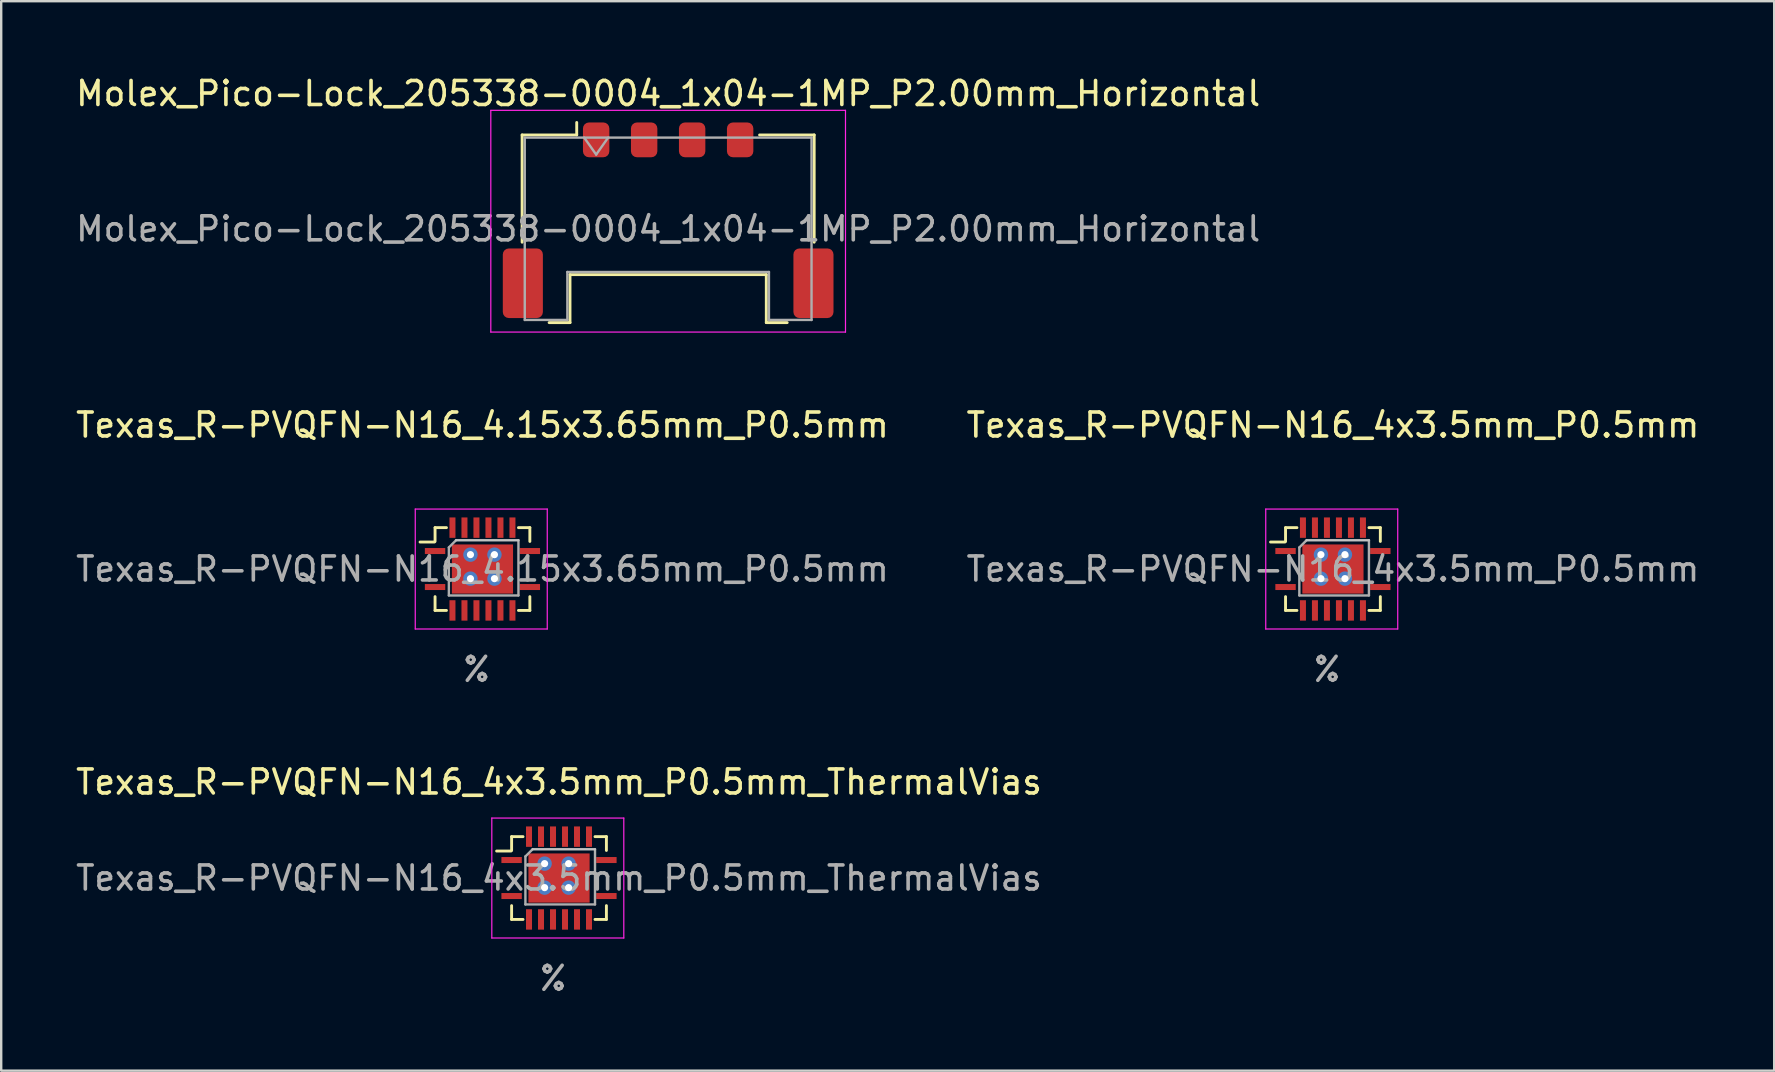
<source format=kicad_pcb>
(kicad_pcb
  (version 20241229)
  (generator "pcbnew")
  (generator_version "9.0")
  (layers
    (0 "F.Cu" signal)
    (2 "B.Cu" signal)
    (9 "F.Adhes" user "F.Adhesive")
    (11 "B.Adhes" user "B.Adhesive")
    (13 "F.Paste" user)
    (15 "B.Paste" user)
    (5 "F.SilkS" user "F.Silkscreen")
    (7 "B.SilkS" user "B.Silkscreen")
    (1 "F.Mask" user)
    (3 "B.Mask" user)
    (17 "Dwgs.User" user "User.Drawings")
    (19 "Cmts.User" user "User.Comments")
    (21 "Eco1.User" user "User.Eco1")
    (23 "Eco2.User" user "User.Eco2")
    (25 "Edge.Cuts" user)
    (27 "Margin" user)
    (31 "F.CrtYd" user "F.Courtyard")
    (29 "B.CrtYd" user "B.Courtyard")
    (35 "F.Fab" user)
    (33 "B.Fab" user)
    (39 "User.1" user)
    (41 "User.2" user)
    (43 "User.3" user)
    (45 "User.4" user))
  (footprint "Texas_R-PVQFN-N16_4x3.5mm_P0.5mm"
    (layer "F.Cu")
    (at 52.494 20.662)
    (property "Reference" "Texas_R-PVQFN-N16_4x3.5mm_P0.5mm" (at 0 -6 0) (layer "F.SilkS") (effects (font (size 1 1) (thickness 0.15))))
    (attr smd)
    (fp_line (start -2 -1.125) (end -2.6 -1.125) (stroke (width 0.12) (type solid)) (layer "F.SilkS"))
    (fp_line (start -1.975 -1.725) (end -1.975 -1.15) (stroke (width 0.12) (type solid)) (layer "F.SilkS"))
    (fp_line (start -1.975 1.725) (end -1.975 1.15) (stroke (width 0.12) (type solid)) (layer "F.SilkS"))
    (fp_line (start -1.5 -1.725) (end -1.975 -1.725) (stroke (width 0.12) (type solid)) (layer "F.SilkS"))
    (fp_line (start -1.5 1.725) (end -1.975 1.725) (stroke (width 0.12) (type solid)) (layer "F.SilkS"))
    (fp_line (start 1.5 -1.725) (end 1.975 -1.725) (stroke (width 0.12) (type solid)) (layer "F.SilkS"))
    (fp_line (start 1.5 1.725) (end 1.975 1.725) (stroke (width 0.12) (type solid)) (layer "F.SilkS"))
    (fp_line (start 1.975 -1.725) (end 1.975 -1.15) (stroke (width 0.12) (type solid)) (layer "F.SilkS"))
    (fp_line (start 1.975 1.725) (end 1.975 1.15) (stroke (width 0.12) (type solid)) (layer "F.SilkS"))
    (fp_line (start -1.1 -1.2) (end 1.5 -1.2) (stroke (width 0.1) (type solid)) (layer "Dwgs.User"))
    (fp_line (start -2.8 -2.5) (end -2.8 2.5) (stroke (width 0.05) (type solid)) (layer "F.CrtYd"))
    (fp_line (start -2.8 -2.5) (end 2.7 -2.5) (stroke (width 0.05) (type solid)) (layer "F.CrtYd"))
    (fp_line (start -2.8 2.5) (end 2.7 2.5) (stroke (width 0.05) (type solid)) (layer "F.CrtYd"))
    (fp_line (start 2.7 -2.5) (end 2.7 2.5) (stroke (width 0.05) (type solid)) (layer "F.CrtYd"))
    (fp_line (start -1.4 1.1) (end -1.4 -0.9) (stroke (width 0.1) (type solid)) (layer "F.Fab"))
    (fp_line (start -1.1 -1.2) (end -1.4 -0.9) (stroke (width 0.1) (type solid)) (layer "F.Fab"))
    (fp_line (start 1.5 -1.2) (end 1.5 1.1) (stroke (width 0.1) (type solid)) (layer "F.Fab"))
    (fp_line (start 1.5 1.1) (end -1.4 1.1) (stroke (width 0.1) (type solid)) (layer "F.Fab"))
    (fp_text user "${REFERENCE}" (at 0 0 0) (layer "F.Fab") (effects (font (size 1 1) (thickness 0.15))))
    (fp_text user "%" (at -0.25 4.18 0) (layer "F.Fab") (effects (font (size 1 1) (thickness 0.15))))
    (pad "" thru_hole circle (at -0.5 -0.6) (size 0.6 0.6) (drill 0.3) (layers "*.Cu" "*.Mask"))
    (pad "" thru_hole circle (at -0.5 0.4) (size 0.6 0.6) (drill 0.3) (layers "*.Cu" "*.Mask"))
    (pad "" thru_hole circle (at 0.5 -0.6) (size 0.6 0.6) (drill 0.3) (layers "*.Cu" "*.Mask"))
    (pad "" thru_hole circle (at 0.5 0.4) (size 0.6 0.6) (drill 0.3) (layers "*.Cu" "*.Mask"))
    (pad "1" smd rect (at -1.975 0.75 90) (size 0.25 0.85) (layers "F.Cu" "F.Mask" "F.Paste"))
    (pad "2" smd rect (at -1.25 1.725) (size 0.25 0.85) (layers "F.Cu" "F.Mask" "F.Paste"))
    (pad "3" smd rect (at -0.75 1.725) (size 0.25 0.85) (layers "F.Cu" "F.Mask" "F.Paste"))
    (pad "4" smd rect (at -0.25 1.725) (size 0.25 0.85) (layers "F.Cu" "F.Mask" "F.Paste"))
    (pad "5" smd rect (at 0.25 1.725) (size 0.25 0.85) (layers "F.Cu" "F.Mask" "F.Paste"))
    (pad "6" smd rect (at 0.75 1.725) (size 0.25 0.85) (layers "F.Cu" "F.Mask" "F.Paste"))
    (pad "7" smd rect (at 1.25 1.725) (size 0.25 0.85) (layers "F.Cu" "F.Mask" "F.Paste"))
    (pad "8" smd rect (at 1.975 0.75 90) (size 0.25 0.85) (layers "F.Cu" "F.Mask" "F.Paste"))
    (pad "9" smd rect (at 1.975 -0.75 90) (size 0.25 0.85) (layers "F.Cu" "F.Mask" "F.Paste"))
    (pad "10" smd rect (at 1.25 -1.725) (size 0.25 0.85) (layers "F.Cu" "F.Mask" "F.Paste"))
    (pad "11" smd rect (at 0.75 -1.725) (size 0.25 0.85) (layers "F.Cu" "F.Mask" "F.Paste"))
    (pad "12" smd rect (at 0.25 -1.725) (size 0.25 0.85) (layers "F.Cu" "F.Mask" "F.Paste"))
    (pad "13" smd rect (at -0.25 -1.725) (size 0.25 0.85) (layers "F.Cu" "F.Mask" "F.Paste"))
    (pad "14" smd rect (at -0.75 -1.725) (size 0.25 0.85) (layers "F.Cu" "F.Mask" "F.Paste"))
    (pad "15" smd rect (at -1.25 -1.725) (size 0.25 0.85) (layers "F.Cu" "F.Mask" "F.Paste"))
    (pad "16" smd rect (at -1.975 -0.75 90) (size 0.25 0.85) (layers "F.Cu" "F.Mask" "F.Paste"))
    (pad "17" smd rect (at 0 0 90) (size 2.05 2.55) (layers "F.Cu" "F.Mask" "F.Paste")))
  (footprint "Texas_R-PVQFN-N16_4.15x3.65mm_P0.5mm"
    (layer "F.Cu")
    (at 17.054 20.662)
    (property "Reference" "Texas_R-PVQFN-N16_4.15x3.65mm_P0.5mm" (at 0 -6 0) (layer "F.SilkS") (effects (font (size 1 1) (thickness 0.15))))
    (attr smd)
    (fp_line (start -2 -1.125) (end -2.6 -1.125) (stroke (width 0.12) (type solid)) (layer "F.SilkS"))
    (fp_line (start -1.975 -1.725) (end -1.975 -1.15) (stroke (width 0.12) (type solid)) (layer "F.SilkS"))
    (fp_line (start -1.975 1.725) (end -1.975 1.15) (stroke (width 0.12) (type solid)) (layer "F.SilkS"))
    (fp_line (start -1.5 -1.725) (end -1.975 -1.725) (stroke (width 0.12) (type solid)) (layer "F.SilkS"))
    (fp_line (start -1.5 1.725) (end -1.975 1.725) (stroke (width 0.12) (type solid)) (layer "F.SilkS"))
    (fp_line (start 1.5 -1.725) (end 1.975 -1.725) (stroke (width 0.12) (type solid)) (layer "F.SilkS"))
    (fp_line (start 1.5 1.725) (end 1.975 1.725) (stroke (width 0.12) (type solid)) (layer "F.SilkS"))
    (fp_line (start 1.975 -1.725) (end 1.975 -1.15) (stroke (width 0.12) (type solid)) (layer "F.SilkS"))
    (fp_line (start 1.975 1.725) (end 1.975 1.15) (stroke (width 0.12) (type solid)) (layer "F.SilkS"))
    (fp_line (start -1.1 -1.2) (end 1.5 -1.2) (stroke (width 0.1) (type solid)) (layer "Dwgs.User"))
    (fp_line (start -2.8 -2.5) (end -2.8 2.5) (stroke (width 0.05) (type solid)) (layer "F.CrtYd"))
    (fp_line (start -2.8 -2.5) (end 2.7 -2.5) (stroke (width 0.05) (type solid)) (layer "F.CrtYd"))
    (fp_line (start -2.8 2.5) (end 2.7 2.5) (stroke (width 0.05) (type solid)) (layer "F.CrtYd"))
    (fp_line (start 2.7 -2.5) (end 2.7 2.5) (stroke (width 0.05) (type solid)) (layer "F.CrtYd"))
    (fp_line (start -1.4 1.1) (end -1.4 -0.9) (stroke (width 0.1) (type solid)) (layer "F.Fab"))
    (fp_line (start -1.1 -1.2) (end -1.4 -0.9) (stroke (width 0.1) (type solid)) (layer "F.Fab"))
    (fp_line (start 1.5 -1.2) (end 1.5 1.1) (stroke (width 0.1) (type solid)) (layer "F.Fab"))
    (fp_line (start 1.5 1.1) (end -1.4 1.1) (stroke (width 0.1) (type solid)) (layer "F.Fab"))
    (fp_text user "%" (at -0.25 4.18 0) (layer "F.Fab") (effects (font (size 1 1) (thickness 0.15))))
    (fp_text user "${REFERENCE}" (at 0 0 0) (layer "F.Fab") (effects (font (size 1 1) (thickness 0.15))))
    (pad "" thru_hole circle (at -0.5 -0.6) (size 0.6 0.6) (drill 0.3) (layers "*.Cu" "*.Mask"))
    (pad "" thru_hole circle (at -0.5 0.4) (size 0.6 0.6) (drill 0.3) (layers "*.Cu" "*.Mask"))
    (pad "" thru_hole circle (at 0.5 -0.6) (size 0.6 0.6) (drill 0.3) (layers "*.Cu" "*.Mask"))
    (pad "" thru_hole circle (at 0.5 0.4) (size 0.6 0.6) (drill 0.3) (layers "*.Cu" "*.Mask"))
    (pad "1" smd rect (at -1.975 0.75 90) (size 0.25 0.85) (layers "F.Cu" "F.Mask" "F.Paste"))
    (pad "2" smd rect (at -1.25 1.725) (size 0.25 0.85) (layers "F.Cu" "F.Mask" "F.Paste"))
    (pad "3" smd rect (at -0.75 1.725) (size 0.25 0.85) (layers "F.Cu" "F.Mask" "F.Paste"))
    (pad "4" smd rect (at -0.25 1.725) (size 0.25 0.85) (layers "F.Cu" "F.Mask" "F.Paste"))
    (pad "5" smd rect (at 0.25 1.725) (size 0.25 0.85) (layers "F.Cu" "F.Mask" "F.Paste"))
    (pad "6" smd rect (at 0.75 1.725) (size 0.25 0.85) (layers "F.Cu" "F.Mask" "F.Paste"))
    (pad "7" smd rect (at 1.25 1.725) (size 0.25 0.85) (layers "F.Cu" "F.Mask" "F.Paste"))
    (pad "8" smd rect (at 1.975 0.75 90) (size 0.25 0.85) (layers "F.Cu" "F.Mask" "F.Paste"))
    (pad "9" smd rect (at 1.975 -0.75 90) (size 0.25 0.85) (layers "F.Cu" "F.Mask" "F.Paste"))
    (pad "10" smd rect (at 1.25 -1.725) (size 0.25 0.85) (layers "F.Cu" "F.Mask" "F.Paste"))
    (pad "11" smd rect (at 0.75 -1.725) (size 0.25 0.85) (layers "F.Cu" "F.Mask" "F.Paste"))
    (pad "12" smd rect (at 0.25 -1.725) (size 0.25 0.85) (layers "F.Cu" "F.Mask" "F.Paste"))
    (pad "13" smd rect (at -0.25 -1.725) (size 0.25 0.85) (layers "F.Cu" "F.Mask" "F.Paste"))
    (pad "14" smd rect (at -0.75 -1.725) (size 0.25 0.85) (layers "F.Cu" "F.Mask" "F.Paste"))
    (pad "15" smd rect (at -1.25 -1.725) (size 0.25 0.85) (layers "F.Cu" "F.Mask" "F.Paste"))
    (pad "16" smd rect (at -1.975 -0.75 90) (size 0.25 0.85) (layers "F.Cu" "F.Mask" "F.Paste"))
    (pad "17" smd rect (at 0 0 90) (size 2.05 2.55) (layers "F.Cu" "F.Mask" "F.Paste")))
  (footprint "Molex_Pico-Lock_205338-0004_1x04-1MP_P2.00mm_Horizontal"
    (layer "F.Cu")
    (at 24.792 6.128)
    (property "Reference" "Molex_Pico-Lock_205338-0004_1x04-1MP_P2.00mm_Horizontal" (at 0 -5.28 0) (layer "F.SilkS") (effects (font (size 1 1) (thickness 0.15))))
    (attr smd)
    (fp_line (start -6.085 -3.555) (end -3.81 -3.555) (stroke (width 0.12) (type solid)) (layer "F.SilkS"))
    (fp_line (start -6.085 0.915) (end -6.085 -3.555) (stroke (width 0.12) (type solid)) (layer "F.SilkS"))
    (fp_line (start -4.96 4.265) (end -4.09 4.265) (stroke (width 0.12) (type solid)) (layer "F.SilkS"))
    (fp_line (start -4.09 2.265) (end 4.09 2.265) (stroke (width 0.12) (type solid)) (layer "F.SilkS"))
    (fp_line (start -4.09 4.265) (end -4.09 2.265) (stroke (width 0.12) (type solid)) (layer "F.SilkS"))
    (fp_line (start -3.81 -3.555) (end -3.81 -4.075) (stroke (width 0.12) (type solid)) (layer "F.SilkS"))
    (fp_line (start 4.09 2.265) (end 4.09 4.265) (stroke (width 0.12) (type solid)) (layer "F.SilkS"))
    (fp_line (start 4.09 4.265) (end 4.96 4.265) (stroke (width 0.12) (type solid)) (layer "F.SilkS"))
    (fp_line (start 6.085 -3.555) (end 3.81 -3.555) (stroke (width 0.12) (type solid)) (layer "F.SilkS"))
    (fp_line (start 6.085 0.915) (end 6.085 -3.555) (stroke (width 0.12) (type solid)) (layer "F.SilkS"))
    (fp_line (start -7.39 -4.58) (end -7.39 4.66) (stroke (width 0.05) (type solid)) (layer "F.CrtYd"))
    (fp_line (start -7.39 4.66) (end 7.39 4.66) (stroke (width 0.05) (type solid)) (layer "F.CrtYd"))
    (fp_line (start 7.39 -4.58) (end -7.39 -4.58) (stroke (width 0.05) (type solid)) (layer "F.CrtYd"))
    (fp_line (start 7.39 4.66) (end 7.39 -4.58) (stroke (width 0.05) (type solid)) (layer "F.CrtYd"))
    (fp_line (start -5.975 -3.445) (end -5.975 4.155) (stroke (width 0.1) (type solid)) (layer "F.Fab"))
    (fp_line (start -5.975 -3.445) (end 5.975 -3.445) (stroke (width 0.1) (type solid)) (layer "F.Fab"))
    (fp_line (start -5.975 4.155) (end -4.2 4.155) (stroke (width 0.1) (type solid)) (layer "F.Fab"))
    (fp_line (start -4.2 2.155) (end 4.2 2.155) (stroke (width 0.1) (type solid)) (layer "F.Fab"))
    (fp_line (start -4.2 4.155) (end -4.2 2.155) (stroke (width 0.1) (type solid)) (layer "F.Fab"))
    (fp_line (start -3.5 -3.445) (end -3 -2.738) (stroke (width 0.1) (type solid)) (layer "F.Fab"))
    (fp_line (start -3 -2.738) (end -2.5 -3.445) (stroke (width 0.1) (type solid)) (layer "F.Fab"))
    (fp_line (start 4.2 2.155) (end 4.2 4.155) (stroke (width 0.1) (type solid)) (layer "F.Fab"))
    (fp_line (start 4.2 4.155) (end 5.975 4.155) (stroke (width 0.1) (type solid)) (layer "F.Fab"))
    (fp_line (start 5.975 -3.445) (end 5.975 4.155) (stroke (width 0.1) (type solid)) (layer "F.Fab"))
    (fp_text user "${REFERENCE}" (at 0 0.36 0) (layer "F.Fab") (effects (font (size 1 1) (thickness 0.15))))
    (pad "1" smd roundrect (at -3 -3.35) (size 1.1 1.45) (layers "F.Cu" "F.Mask" "F.Paste") (roundrect_rratio 0.227))
    (pad "2" smd roundrect (at -1 -3.35) (size 1.1 1.45) (layers "F.Cu" "F.Mask" "F.Paste") (roundrect_rratio 0.227))
    (pad "3" smd roundrect (at 1 -3.35) (size 1.1 1.45) (layers "F.Cu" "F.Mask" "F.Paste") (roundrect_rratio 0.227))
    (pad "4" smd roundrect (at 3 -3.35) (size 1.1 1.45) (layers "F.Cu" "F.Mask" "F.Paste") (roundrect_rratio 0.227))
    (pad "MP" smd roundrect (at -6.055 2.625) (size 1.67 2.9) (layers "F.Cu" "F.Mask" "F.Paste") (roundrect_rratio 0.15))
    (pad "MP" smd roundrect (at 6.055 2.625) (size 1.67 2.9) (layers "F.Cu" "F.Mask" "F.Paste") (roundrect_rratio 0.15)))
  (footprint "Texas_R-PVQFN-N16_4x3.5mm_P0.5mm_ThermalVias"
    (layer "F.Cu")
    (at 20.244 33.538)
    (property "Reference" "Texas_R-PVQFN-N16_4x3.5mm_P0.5mm_ThermalVias" (at 0 -4 0) (layer "F.SilkS") (effects (font (size 1 1) (thickness 0.15))))
    (attr smd)
    (fp_line (start -2 -1.125) (end -2.6 -1.125) (stroke (width 0.12) (type solid)) (layer "F.SilkS"))
    (fp_line (start -1.975 -1.725) (end -1.975 -1.15) (stroke (width 0.12) (type solid)) (layer "F.SilkS"))
    (fp_line (start -1.975 1.725) (end -1.975 1.15) (stroke (width 0.12) (type solid)) (layer "F.SilkS"))
    (fp_line (start -1.5 -1.725) (end -1.975 -1.725) (stroke (width 0.12) (type solid)) (layer "F.SilkS"))
    (fp_line (start -1.5 1.725) (end -1.975 1.725) (stroke (width 0.12) (type solid)) (layer "F.SilkS"))
    (fp_line (start 1.5 -1.725) (end 1.975 -1.725) (stroke (width 0.12) (type solid)) (layer "F.SilkS"))
    (fp_line (start 1.5 1.725) (end 1.975 1.725) (stroke (width 0.12) (type solid)) (layer "F.SilkS"))
    (fp_line (start 1.975 -1.725) (end 1.975 -1.15) (stroke (width 0.12) (type solid)) (layer "F.SilkS"))
    (fp_line (start 1.975 1.725) (end 1.975 1.15) (stroke (width 0.12) (type solid)) (layer "F.SilkS"))
    (fp_line (start -1.1 -1.2) (end 1.5 -1.2) (stroke (width 0.1) (type solid)) (layer "Dwgs.User"))
    (fp_line (start -2.8 -2.5) (end -2.8 2.5) (stroke (width 0.05) (type solid)) (layer "F.CrtYd"))
    (fp_line (start -2.8 -2.5) (end 2.7 -2.5) (stroke (width 0.05) (type solid)) (layer "F.CrtYd"))
    (fp_line (start -2.8 2.5) (end 2.7 2.5) (stroke (width 0.05) (type solid)) (layer "F.CrtYd"))
    (fp_line (start 2.7 -2.5) (end 2.7 2.5) (stroke (width 0.05) (type solid)) (layer "F.CrtYd"))
    (fp_line (start -1.4 1.1) (end -1.4 -0.9) (stroke (width 0.1) (type solid)) (layer "F.Fab"))
    (fp_line (start -1.1 -1.2) (end -1.4 -0.9) (stroke (width 0.1) (type solid)) (layer "F.Fab"))
    (fp_line (start 1.5 -1.2) (end 1.5 1.1) (stroke (width 0.1) (type solid)) (layer "F.Fab"))
    (fp_line (start 1.5 1.1) (end -1.4 1.1) (stroke (width 0.1) (type solid)) (layer "F.Fab"))
    (fp_text user "%" (at -0.25 4.18 0) (layer "F.Fab") (effects (font (size 1 1) (thickness 0.15))))
    (fp_text user "${REFERENCE}" (at 0 0 0) (layer "F.Fab") (effects (font (size 1 1) (thickness 0.15))))
    (pad "" thru_hole circle (at -0.6 -0.6) (size 0.6 0.6) (drill 0.3) (layers "*.Cu" "*.Mask"))
    (pad "" thru_hole circle (at -0.6 0.4) (size 0.6 0.6) (drill 0.3) (layers "*.Cu" "*.Mask"))
    (pad "" thru_hole circle (at 0.4 -0.6) (size 0.6 0.6) (drill 0.3) (layers "*.Cu" "*.Mask"))
    (pad "" thru_hole circle (at 0.4 0.4) (size 0.6 0.6) (drill 0.3) (layers "*.Cu" "*.Mask"))
    (pad "1" smd rect (at -1.975 0.75 90) (size 0.25 0.85) (layers "F.Cu" "F.Mask" "F.Paste"))
    (pad "2" smd rect (at -1.25 1.725) (size 0.25 0.85) (layers "F.Cu" "F.Mask" "F.Paste"))
    (pad "3" smd rect (at -0.75 1.725) (size 0.25 0.85) (layers "F.Cu" "F.Mask" "F.Paste"))
    (pad "4" smd rect (at -0.25 1.725) (size 0.25 0.85) (layers "F.Cu" "F.Mask" "F.Paste"))
    (pad "5" smd rect (at 0.25 1.725) (size 0.25 0.85) (layers "F.Cu" "F.Mask" "F.Paste"))
    (pad "6" smd rect (at 0.75 1.725) (size 0.25 0.85) (layers "F.Cu" "F.Mask" "F.Paste"))
    (pad "7" smd rect (at 1.25 1.725) (size 0.25 0.85) (layers "F.Cu" "F.Mask" "F.Paste"))
    (pad "8" smd rect (at 1.975 0.75 90) (size 0.25 0.85) (layers "F.Cu" "F.Mask" "F.Paste"))
    (pad "9" smd rect (at 1.975 -0.75 90) (size 0.25 0.85) (layers "F.Cu" "F.Mask" "F.Paste"))
    (pad "10" smd rect (at 1.25 -1.725) (size 0.25 0.85) (layers "F.Cu" "F.Mask" "F.Paste"))
    (pad "11" smd rect (at 0.75 -1.725) (size 0.25 0.85) (layers "F.Cu" "F.Mask" "F.Paste"))
    (pad "12" smd rect (at 0.25 -1.725) (size 0.25 0.85) (layers "F.Cu" "F.Mask" "F.Paste"))
    (pad "13" smd rect (at -0.25 -1.725) (size 0.25 0.85) (layers "F.Cu" "F.Mask" "F.Paste"))
    (pad "14" smd rect (at -0.75 -1.725) (size 0.25 0.85) (layers "F.Cu" "F.Mask" "F.Paste"))
    (pad "15" smd rect (at -1.25 -1.725) (size 0.25 0.85) (layers "F.Cu" "F.Mask" "F.Paste"))
    (pad "16" smd rect (at -1.975 -0.75 90) (size 0.25 0.85) (layers "F.Cu" "F.Mask" "F.Paste"))
    (pad "17" smd rect (at 0 0 90) (size 2.05 2.55) (layers "F.Cu" "F.Mask" "F.Paste")))
  (gr_rect
    (start -3 -3)
    (end 70.881 41.566)
    (stroke (width 0.1) (type default))
    (fill no)
    (layer "Edge.Cuts")))
</source>
